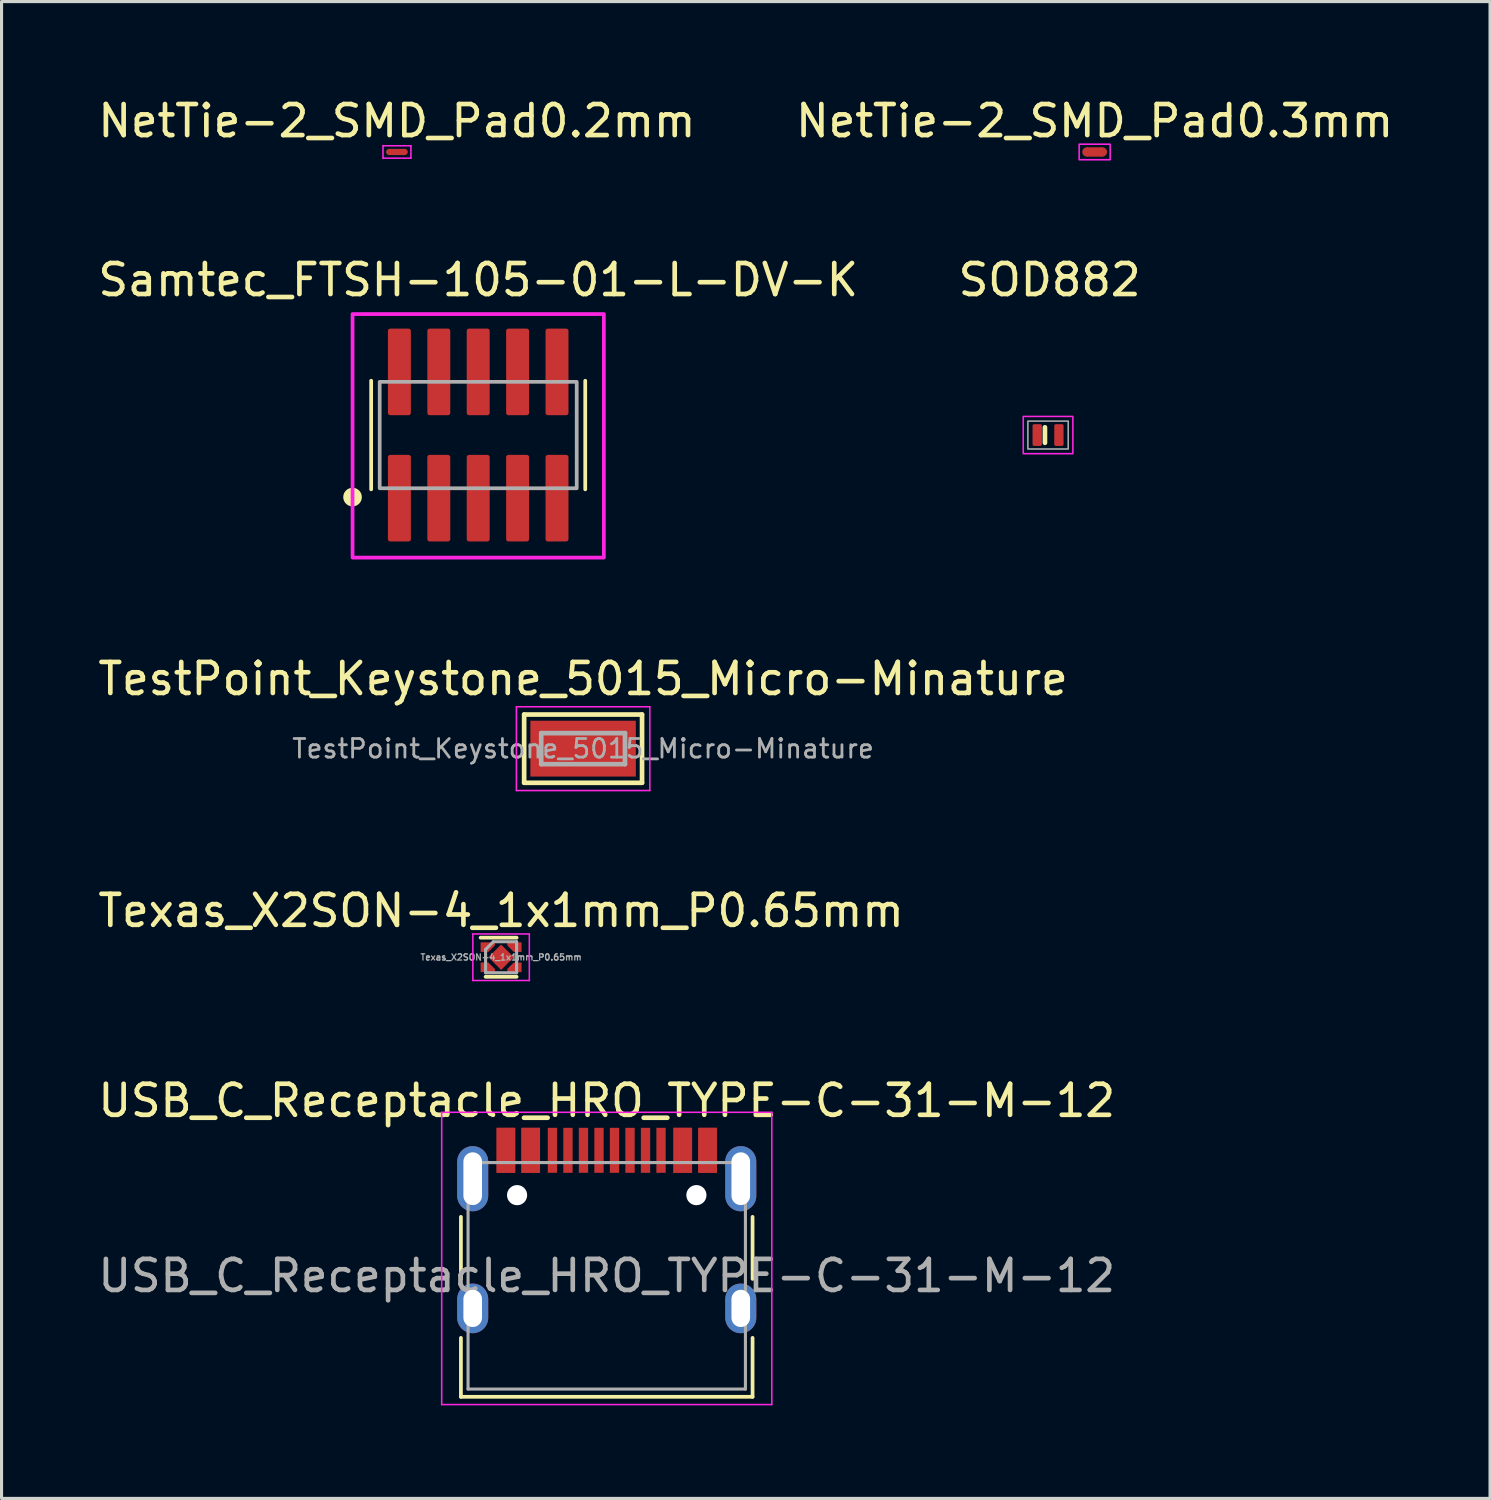
<source format=kicad_pcb>
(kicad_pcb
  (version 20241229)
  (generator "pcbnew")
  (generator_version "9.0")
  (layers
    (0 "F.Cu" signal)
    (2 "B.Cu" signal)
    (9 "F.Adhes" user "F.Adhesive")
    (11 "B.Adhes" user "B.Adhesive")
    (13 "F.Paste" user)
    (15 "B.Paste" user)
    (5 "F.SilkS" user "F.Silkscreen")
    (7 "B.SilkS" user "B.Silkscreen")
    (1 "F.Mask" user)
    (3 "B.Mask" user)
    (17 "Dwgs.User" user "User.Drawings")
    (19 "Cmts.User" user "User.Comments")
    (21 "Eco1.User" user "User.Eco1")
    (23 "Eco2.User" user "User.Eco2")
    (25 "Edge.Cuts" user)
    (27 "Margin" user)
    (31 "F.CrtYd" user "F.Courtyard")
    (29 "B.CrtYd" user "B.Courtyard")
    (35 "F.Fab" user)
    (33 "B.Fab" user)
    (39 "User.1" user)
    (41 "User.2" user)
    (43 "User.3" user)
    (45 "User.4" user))
  (footprint "USB_C_Receptacle_HRO_TYPE-C-31-M-12"
    (layer "F.Cu")
    (at 16.506 38.071)
    (property "Reference" "USB_C_Receptacle_HRO_TYPE-C-31-M-12" (at 0 -5.645 0) (layer "F.SilkS") (effects (font (size 1 1) (thickness 0.15))))
    (attr smd)
    (fp_line (start -4.7 -1.9) (end -4.7 0.1) (stroke (width 0.12) (type solid)) (layer "F.SilkS"))
    (fp_line (start -4.7 2) (end -4.7 3.9) (stroke (width 0.12) (type solid)) (layer "F.SilkS"))
    (fp_line (start -4.7 3.9) (end 4.7 3.9) (stroke (width 0.12) (type solid)) (layer "F.SilkS"))
    (fp_line (start 4.7 -1.9) (end 4.7 0.1) (stroke (width 0.12) (type solid)) (layer "F.SilkS"))
    (fp_line (start 4.7 2) (end 4.7 3.9) (stroke (width 0.12) (type solid)) (layer "F.SilkS"))
    (fp_line (start -5.32 -5.27) (end -5.32 4.15) (stroke (width 0.05) (type solid)) (layer "F.CrtYd"))
    (fp_line (start -5.32 -5.27) (end 5.32 -5.27) (stroke (width 0.05) (type solid)) (layer "F.CrtYd"))
    (fp_line (start -5.32 4.15) (end 5.32 4.15) (stroke (width 0.05) (type solid)) (layer "F.CrtYd"))
    (fp_line (start 5.32 -5.27) (end 5.32 4.15) (stroke (width 0.05) (type solid)) (layer "F.CrtYd"))
    (fp_line (start -4.47 -3.65) (end -4.47 3.65) (stroke (width 0.1) (type solid)) (layer "F.Fab"))
    (fp_line (start -4.47 -3.65) (end 4.47 -3.65) (stroke (width 0.1) (type solid)) (layer "F.Fab"))
    (fp_line (start -4.47 3.65) (end 4.47 3.65) (stroke (width 0.1) (type solid)) (layer "F.Fab"))
    (fp_line (start 4.47 -3.65) (end 4.47 3.65) (stroke (width 0.1) (type solid)) (layer "F.Fab"))
    (fp_text user "${REFERENCE}" (at 0 0 0) (layer "F.Fab") (effects (font (size 1 1) (thickness 0.15))))
    (pad "" np_thru_hole circle (at -2.89 -2.6) (size 0.65 0.65) (drill 0.65) (layers "*.Cu" "*.Mask"))
    (pad "" np_thru_hole circle (at 2.89 -2.6) (size 0.65 0.65) (drill 0.65) (layers "*.Cu" "*.Mask"))
    (pad "A1" smd rect (at -3.25 -4.045) (size 0.6 1.45) (layers "F.Cu" "F.Mask" "F.Paste"))
    (pad "A4" smd rect (at -2.45 -4.045) (size 0.6 1.45) (layers "F.Cu" "F.Mask" "F.Paste"))
    (pad "A5" smd rect (at -1.25 -4.045) (size 0.3 1.45) (layers "F.Cu" "F.Mask" "F.Paste"))
    (pad "A6" smd rect (at -0.25 -4.045) (size 0.3 1.45) (layers "F.Cu" "F.Mask" "F.Paste"))
    (pad "A7" smd rect (at 0.25 -4.045) (size 0.3 1.45) (layers "F.Cu" "F.Mask" "F.Paste"))
    (pad "A8" smd rect (at 1.25 -4.045) (size 0.3 1.45) (layers "F.Cu" "F.Mask" "F.Paste"))
    (pad "A9" smd rect (at 2.45 -4.045) (size 0.6 1.45) (layers "F.Cu" "F.Mask" "F.Paste"))
    (pad "A12" smd rect (at 3.25 -4.045) (size 0.6 1.45) (layers "F.Cu" "F.Mask" "F.Paste"))
    (pad "B1" smd rect (at 3.25 -4.045) (size 0.6 1.45) (layers "F.Cu" "F.Mask" "F.Paste"))
    (pad "B4" smd rect (at 2.45 -4.045) (size 0.6 1.45) (layers "F.Cu" "F.Mask" "F.Paste"))
    (pad "B5" smd rect (at 1.75 -4.045) (size 0.3 1.45) (layers "F.Cu" "F.Mask" "F.Paste"))
    (pad "B6" smd rect (at 0.75 -4.045) (size 0.3 1.45) (layers "F.Cu" "F.Mask" "F.Paste"))
    (pad "B7" smd rect (at -0.75 -4.045) (size 0.3 1.45) (layers "F.Cu" "F.Mask" "F.Paste"))
    (pad "B8" smd rect (at -1.75 -4.045) (size 0.3 1.45) (layers "F.Cu" "F.Mask" "F.Paste"))
    (pad "B9" smd rect (at -2.45 -4.045) (size 0.6 1.45) (layers "F.Cu" "F.Mask" "F.Paste"))
    (pad "B12" smd rect (at -3.25 -4.045) (size 0.6 1.45) (layers "F.Cu" "F.Mask" "F.Paste"))
    (pad "S1" thru_hole oval (at -4.32 -3.13) (size 1 2.1) (drill oval 0.6 1.7) (layers "*.Cu" "*.Mask"))
    (pad "S1" thru_hole oval (at -4.32 1.05) (size 1 1.6) (drill oval 0.6 1.2) (layers "*.Cu" "*.Mask"))
    (pad "S1" thru_hole oval (at 4.32 -3.13) (size 1 2.1) (drill oval 0.6 1.7) (layers "*.Cu" "*.Mask"))
    (pad "S1" thru_hole oval (at 4.32 1.05) (size 1 1.6) (drill oval 0.6 1.2) (layers "*.Cu" "*.Mask")))
  (footprint "NetTie-2_SMD_Pad0.2mm"
    (layer "F.Cu")
    (at 9.744 1.848)
    (property "Reference" "NetTie-2_SMD_Pad0.2mm" (at 0 -1 0) (layer "F.SilkS") (effects (font (size 1 1) (thickness 0.15))))
    (attr exclude_from_pos_files exclude_from_bom)
    (fp_poly (pts (xy -0.25 -0.1) (xy 0.25 -0.1) (xy 0.25 0.1) (xy -0.25 0.1)) (stroke (width 0) (type solid)) (fill yes) (layer "F.Cu"))
    (fp_line (start -0.45 -0.2) (end -0.45 0.2) (stroke (width 0.05) (type solid)) (layer "F.CrtYd"))
    (fp_line (start -0.45 0.2) (end 0.45 0.2) (stroke (width 0.05) (type solid)) (layer "F.CrtYd"))
    (fp_line (start 0.45 -0.2) (end -0.45 -0.2) (stroke (width 0.05) (type solid)) (layer "F.CrtYd"))
    (fp_line (start 0.45 0.2) (end 0.45 -0.2) (stroke (width 0.05) (type solid)) (layer "F.CrtYd"))
    (pad "1" smd circle (at -0.25 0) (size 0.2 0.2) (layers "F.Cu"))
    (pad "2" smd circle (at 0.25 0) (size 0.2 0.2) (layers "F.Cu")))
  (footprint "TestPoint_Keystone_5015_Micro-Minature"
    (layer "F.Cu")
    (at 15.744 21.08)
    (property "Reference" "TestPoint_Keystone_5015_Micro-Minature" (at 0 -2.25 0) (layer "F.SilkS") (effects (font (size 1 1) (thickness 0.15))))
    (attr smd)
    (fp_line (start -1.9 -1.1) (end 1.9 -1.1) (stroke (width 0.15) (type solid)) (layer "F.SilkS"))
    (fp_line (start -1.9 1.1) (end -1.9 -1.1) (stroke (width 0.15) (type solid)) (layer "F.SilkS"))
    (fp_line (start 1.9 -1.1) (end 1.9 1.1) (stroke (width 0.15) (type solid)) (layer "F.SilkS"))
    (fp_line (start 1.9 1.1) (end -1.9 1.1) (stroke (width 0.15) (type solid)) (layer "F.SilkS"))
    (fp_line (start -2.15 -1.35) (end 2.15 -1.35) (stroke (width 0.05) (type solid)) (layer "F.CrtYd"))
    (fp_line (start -2.15 1.35) (end -2.15 -1.35) (stroke (width 0.05) (type solid)) (layer "F.CrtYd"))
    (fp_line (start 2.15 -1.35) (end 2.15 1.35) (stroke (width 0.05) (type solid)) (layer "F.CrtYd"))
    (fp_line (start 2.15 1.35) (end -2.15 1.35) (stroke (width 0.05) (type solid)) (layer "F.CrtYd"))
    (fp_line (start -1.35 0.5) (end -1.35 -0.5) (stroke (width 0.15) (type solid)) (layer "F.Fab"))
    (fp_line (start -1.35 0.5) (end 1.35 0.5) (stroke (width 0.15) (type solid)) (layer "F.Fab"))
    (fp_line (start 1.35 -0.5) (end -1.35 -0.5) (stroke (width 0.15) (type solid)) (layer "F.Fab"))
    (fp_line (start 1.35 -0.5) (end 1.35 0.5) (stroke (width 0.15) (type solid)) (layer "F.Fab"))
    (fp_text user "${REFERENCE}" (at 0 0 0) (layer "F.Fab") (effects (font (size 0.6 0.6) (thickness 0.09))))
    (pad "1" smd rect (at 0 0) (size 3.4 1.8) (layers "F.Cu" "F.Mask" "F.Paste")))
  (footprint "Texas_X2SON-4_1x1mm_P0.65mm"
    (layer "F.Cu")
    (at 13.101 27.803)
    (property "Reference" "Texas_X2SON-4_1x1mm_P0.65mm" (at 0 -1.5 0) (layer "F.SilkS") (effects (font (size 1 1) (thickness 0.15))))
    (attr smd)
    (fp_line (start -0.66 -0.63) (end 0.5 -0.63) (stroke (width 0.12) (type solid)) (layer "F.SilkS"))
    (fp_line (start -0.5 0.63) (end 0.5 0.63) (stroke (width 0.12) (type solid)) (layer "F.SilkS"))
    (fp_line (start -0.91 -0.75) (end 0.91 -0.75) (stroke (width 0.05) (type solid)) (layer "F.CrtYd"))
    (fp_line (start -0.91 0.75) (end -0.91 -0.75) (stroke (width 0.05) (type solid)) (layer "F.CrtYd"))
    (fp_line (start 0.91 -0.75) (end 0.91 0.75) (stroke (width 0.05) (type solid)) (layer "F.CrtYd"))
    (fp_line (start 0.91 0.75) (end -0.91 0.75) (stroke (width 0.05) (type solid)) (layer "F.CrtYd"))
    (fp_line (start -0.5 -0.25) (end -0.25 -0.5) (stroke (width 0.1) (type solid)) (layer "F.Fab"))
    (fp_line (start -0.5 0.5) (end -0.5 -0.25) (stroke (width 0.1) (type solid)) (layer "F.Fab"))
    (fp_line (start -0.25 -0.5) (end 0.5 -0.5) (stroke (width 0.1) (type solid)) (layer "F.Fab"))
    (fp_line (start 0.5 -0.5) (end 0.5 0.5) (stroke (width 0.1) (type solid)) (layer "F.Fab"))
    (fp_line (start 0.5 0.5) (end -0.5 0.5) (stroke (width 0.1) (type solid)) (layer "F.Fab"))
    (fp_text user "${REFERENCE}" (at 0 0 0) (layer "F.Fab") (effects (font (size 0.2 0.2) (thickness 0.04))))
    (pad "" smd custom (at -0.43 -0.325) (size 0.148 0.148) (layers "F.Mask") (options (anchor circle)) (primitives (gr_poly (pts (xy 0.18 -0.105) (xy 0.18 -0.075) (xy 0 0.105) (xy 0.18 -0.075) (xy 0 0.105) (xy -0.18 0.105) (xy -0.18 -0.105)) (width 0) (fill yes))))
    (pad "" smd custom (at -0.43 -0.325) (size 0.148 0.148) (layers "F.Paste") (options (anchor circle)) (primitives (gr_poly (pts (xy 0 0.105) (xy 0.18 -0.075) (xy 0.18 -0.105) (xy -0.22 -0.105) (xy -0.22 0.105)) (width 0) (fill yes))))
    (pad "" smd custom (at -0.43 0.325) (size 0.148 0.148) (layers "F.Mask") (options (anchor circle)) (primitives (gr_poly (pts (xy 0.18 0.105) (xy 0.18 0.075) (xy 0 -0.105) (xy 0.18 0.075) (xy 0 -0.105) (xy -0.18 -0.105) (xy -0.18 0.105)) (width 0) (fill yes))))
    (pad "" smd custom (at -0.43 0.325) (size 0.148 0.148) (layers "F.Paste") (options (anchor circle)) (primitives (gr_poly (pts (xy 0.18 0.075) (xy 0.18 0.105) (xy -0.22 0.105) (xy -0.22 -0.105) (xy 0 -0.105)) (width 0) (fill yes))))
    (pad "" smd custom (at 0.43 -0.325) (size 0.148 0.148) (layers "F.Mask") (options (anchor circle)) (primitives (gr_poly (pts (xy -0.18 -0.105) (xy -0.18 -0.075) (xy 0 0.105) (xy -0.18 -0.075) (xy 0 0.105) (xy 0.18 0.105) (xy 0.18 -0.105)) (width 0) (fill yes))))
    (pad "" smd custom (at 0.43 -0.325) (size 0.148 0.148) (layers "F.Paste") (options (anchor circle)) (primitives (gr_poly (pts (xy 0.22 -0.105) (xy 0.22 0.105) (xy 0 0.105) (xy -0.18 -0.075) (xy -0.18 -0.105)) (width 0) (fill yes))))
    (pad "" smd custom (at 0.43 0.325) (size 0.148 0.148) (layers "F.Mask") (options (anchor circle)) (primitives (gr_poly (pts (xy -0.18 0.105) (xy -0.18 0.075) (xy 0 -0.105) (xy -0.18 0.075) (xy 0 -0.105) (xy 0.18 -0.105) (xy 0.18 0.105)) (width 0) (fill yes))))
    (pad "" smd custom (at 0.43 0.325) (size 0.148 0.148) (layers "F.Paste") (options (anchor circle)) (primitives (gr_poly (pts (xy 0 -0.105) (xy -0.18 0.075) (xy -0.18 0.105) (xy 0.22 0.105) (xy 0.22 -0.105)) (width 0) (fill yes))))
    (pad "1" smd custom (at -0.43 -0.325) (size 0.148 0.148) (layers "F.Cu") (options (anchor circle)) (primitives (gr_poly (pts (xy 0.23 -0.155) (xy -0.23 -0.155) (xy -0.23 0.155) (xy 0.021 0.155) (xy 0.23 -0.054)) (width 0) (fill yes))))
    (pad "2" smd custom (at -0.43 0.325) (size 0.148 0.148) (layers "F.Cu") (options (anchor circle)) (primitives (gr_poly (pts (xy 0.23 0.054) (xy 0.23 0.155) (xy -0.23 0.155) (xy -0.23 -0.155) (xy 0.021 -0.155)) (width 0) (fill yes))))
    (pad "3" smd custom (at 0.43 0.325) (size 0.148 0.148) (layers "F.Cu") (options (anchor circle)) (primitives (gr_poly (pts (xy 0.23 0.155) (xy 0.23 -0.155) (xy -0.021 -0.155) (xy -0.23 0.054) (xy -0.23 0.155)) (width 0) (fill yes))))
    (pad "4" smd custom (at 0.43 -0.325) (size 0.148 0.148) (layers "F.Cu") (options (anchor circle)) (primitives (gr_poly (pts (xy -0.23 -0.155) (xy 0.23 -0.155) (xy 0.23 0.155) (xy -0.021 0.155) (xy -0.23 -0.054)) (width 0) (fill yes))))
    (pad "5" smd rect (at 0 0 45) (size 0.58 0.58) (layers "F.Cu" "F.Mask" "F.Paste")))
  (footprint "NetTie-2_SMD_Pad0.3mm"
    (layer "F.Cu")
    (at 32.232 1.848)
    (property "Reference" "NetTie-2_SMD_Pad0.3mm" (at 0 -1 0) (layer "F.SilkS") (effects (font (size 1 1) (thickness 0.15))))
    (attr exclude_from_pos_files exclude_from_bom)
    (fp_poly (pts (xy -0.25 -0.15) (xy 0.25 -0.15) (xy 0.25 0.15) (xy -0.25 0.15)) (stroke (width 0) (type solid)) (fill yes) (layer "F.Cu"))
    (fp_rect (start 0.5 -0.25) (end -0.5 0.25) (stroke (width 0.05) (type solid)) (fill no) (layer "F.CrtYd"))
    (pad "1" smd circle (at -0.25 0) (size 0.3 0.3) (layers "F.Cu"))
    (pad "2" smd circle (at 0.25 0) (size 0.3 0.3) (layers "F.Cu")))
  (footprint "Samtec_FTSH-105-01-L-DV-K"
    (layer "F.Cu")
    (at 12.363 10.972)
    (property "Reference" "Samtec_FTSH-105-01-L-DV-K" (at 0 -5 0) (unlocked yes) (layer "F.SilkS") (effects (font (size 1 1) (thickness 0.15))))
    (fp_line (start -3.45 -1.75) (end -3.45 1.75) (stroke (width 0.12) (type solid)) (layer "F.SilkS"))
    (fp_line (start 3.45 -1.75) (end 3.45 1.75) (stroke (width 0.12) (type solid)) (layer "F.SilkS"))
    (fp_circle (center -4.05 2) (end -3.75 2) (stroke (width 0) (type solid)) (fill yes) (layer "F.SilkS"))
    (fp_rect (start -4.05 -3.9) (end 4.05 3.95) (stroke (width 0.12) (type solid)) (fill no) (layer "F.CrtYd"))
    (fp_rect (start -3.175 -1.715) (end 3.175 1.715) (stroke (width 0.12) (type solid)) (fill no) (layer "F.Fab"))
    (pad "1" smd roundrect (at -2.54 2.035) (size 0.74 2.79) (layers "F.Cu" "F.Mask" "F.Paste") (roundrect_rratio 0.1))
    (pad "2" smd roundrect (at -2.54 -2.035) (size 0.74 2.79) (layers "F.Cu" "F.Mask" "F.Paste") (roundrect_rratio 0.1))
    (pad "3" smd roundrect (at -1.27 2.035) (size 0.74 2.79) (layers "F.Cu" "F.Mask" "F.Paste") (roundrect_rratio 0.1))
    (pad "4" smd roundrect (at -1.27 -2.035) (size 0.74 2.79) (layers "F.Cu" "F.Mask" "F.Paste") (roundrect_rratio 0.1))
    (pad "5" smd roundrect (at 0 2.035) (size 0.74 2.79) (layers "F.Cu" "F.Mask" "F.Paste") (roundrect_rratio 0.1))
    (pad "6" smd roundrect (at 0 -2.035) (size 0.74 2.79) (layers "F.Cu" "F.Mask" "F.Paste") (roundrect_rratio 0.1))
    (pad "7" smd roundrect (at 1.27 2.035) (size 0.74 2.79) (layers "F.Cu" "F.Mask" "F.Paste") (roundrect_rratio 0.1))
    (pad "8" smd roundrect (at 1.27 -2.035) (size 0.74 2.79) (layers "F.Cu" "F.Mask" "F.Paste") (roundrect_rratio 0.1))
    (pad "9" smd roundrect (at 2.54 2.035) (size 0.74 2.79) (layers "F.Cu" "F.Mask" "F.Paste") (roundrect_rratio 0.1))
    (pad "10" smd roundrect (at 2.54 -2.035) (size 0.74 2.79) (layers "F.Cu" "F.Mask" "F.Paste") (roundrect_rratio 0.1)))
  (footprint "SOD882"
    (layer "F.Cu")
    (at 30.73 10.972)
    (property "Reference" "SOD882" (at 0.05 -5 0) (unlocked yes) (layer "F.SilkS") (effects (font (size 1 1) (thickness 0.15))))
    (fp_line (start -0.1 -0.25) (end -0.1 0.25) (stroke (width 0.15) (type solid)) (layer "F.SilkS"))
    (fp_rect (start -0.8 -0.6) (end 0.8 0.6) (stroke (width 0.05) (type solid)) (fill no) (layer "F.CrtYd"))
    (fp_rect (start -0.65 -0.45) (end 0.65 0.45) (stroke (width 0.05) (type solid)) (fill no) (layer "F.Fab"))
    (pad "1" smd roundrect (at -0.35 0) (size 0.3 0.7) (layers "F.Cu" "F.Mask" "F.Paste") (roundrect_rratio 0.167))
    (pad "2" smd roundrect (at 0.35 0) (size 0.3 0.7) (layers "F.Cu" "F.Mask" "F.Paste") (roundrect_rratio 0.167)))
  (gr_rect
    (start -3 -3)
    (end 44.976 45.246)
    (stroke (width 0.1) (type default))
    (fill no)
    (layer "Edge.Cuts")))
</source>
